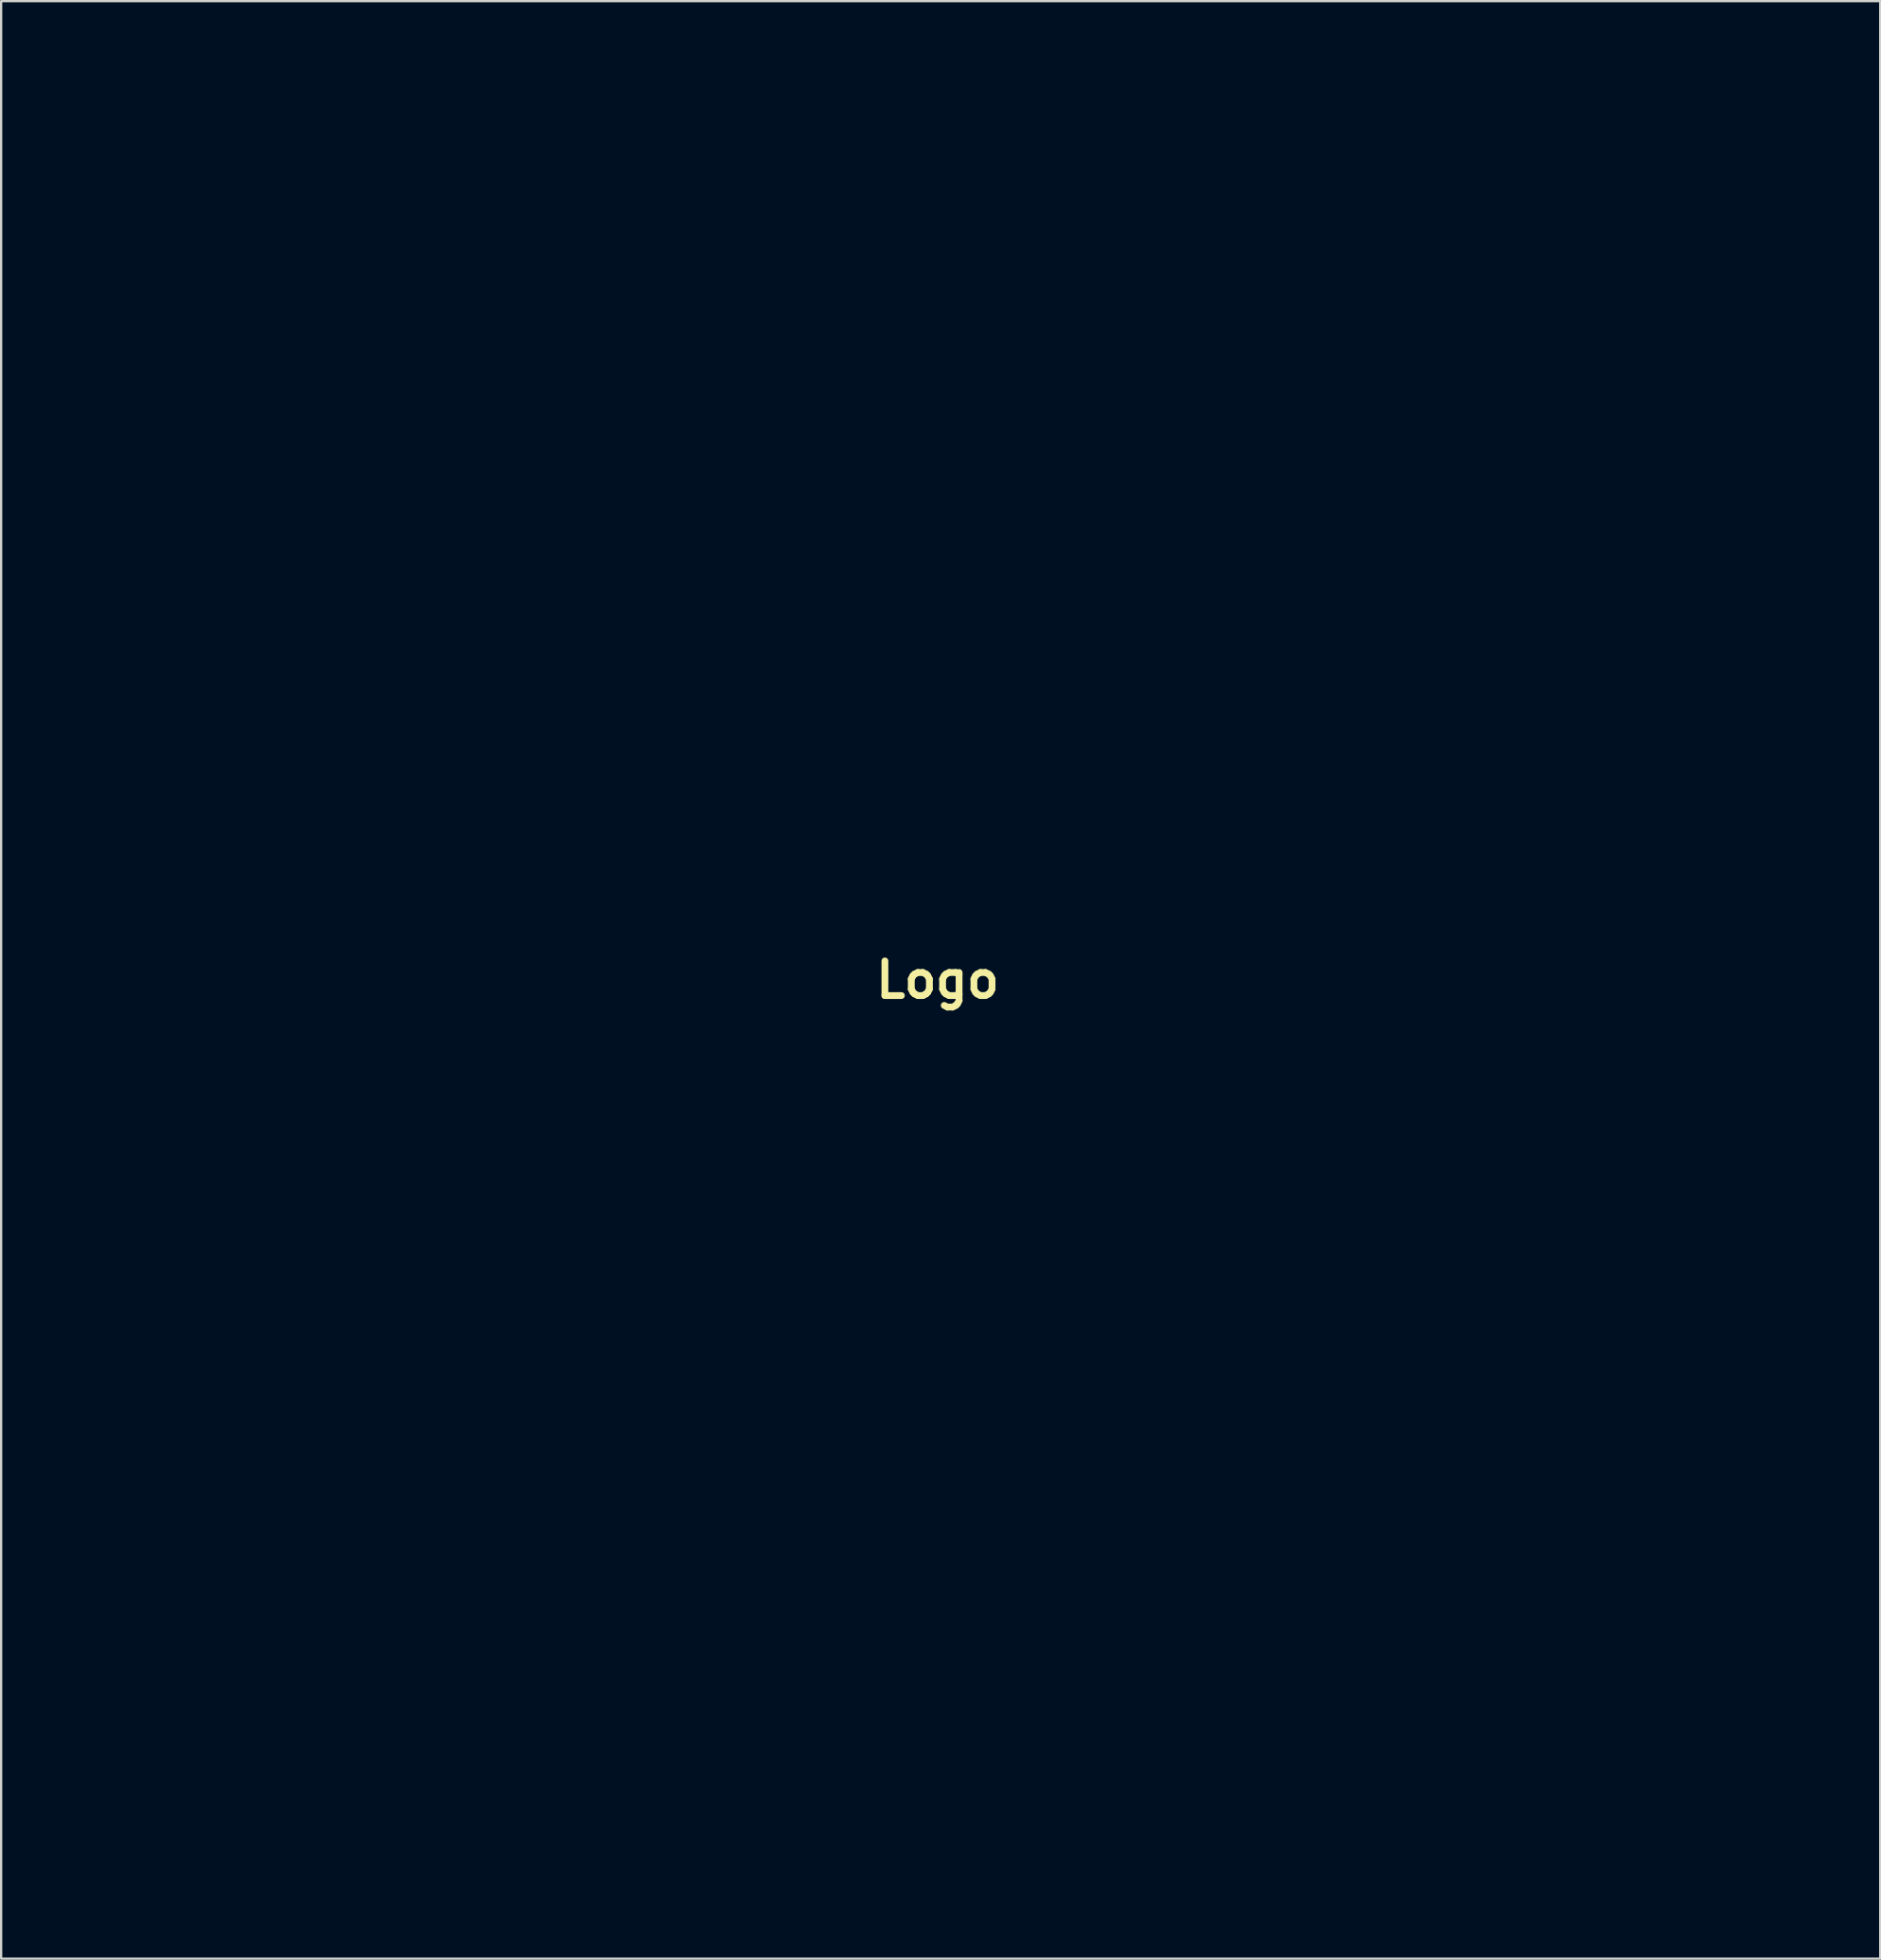
<source format=kicad_pcb>
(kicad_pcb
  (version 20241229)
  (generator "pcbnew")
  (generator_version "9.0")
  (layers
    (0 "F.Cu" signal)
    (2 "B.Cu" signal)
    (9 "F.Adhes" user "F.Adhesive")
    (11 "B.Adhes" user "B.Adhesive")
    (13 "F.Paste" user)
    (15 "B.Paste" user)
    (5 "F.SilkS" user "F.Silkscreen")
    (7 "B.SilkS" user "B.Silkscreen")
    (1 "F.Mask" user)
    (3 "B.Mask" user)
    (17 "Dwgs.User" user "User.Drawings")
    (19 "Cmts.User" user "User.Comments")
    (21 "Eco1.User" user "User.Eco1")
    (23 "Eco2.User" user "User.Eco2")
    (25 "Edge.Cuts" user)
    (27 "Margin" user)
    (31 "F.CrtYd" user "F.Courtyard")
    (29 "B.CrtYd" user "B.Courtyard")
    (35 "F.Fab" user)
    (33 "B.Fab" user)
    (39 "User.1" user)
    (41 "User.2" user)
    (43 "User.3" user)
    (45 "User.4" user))
  (footprint "Logo"
    (layer "F.Cu")
    (at 38.239 40.11)
    (property "Reference" "Logo" (at 0 0 0) (layer "F.SilkS") (effects (font (size 1.524 1.524) (thickness 0.3))))
    (attr through_hole)
    (fp_poly (pts (xy -26.202 34.089) (xy -26.336 34.223) (xy -26.469 34.089) (xy -26.336 33.956) (xy -26.202 34.089)) (stroke (width 0.01) (type solid)) (fill no) (layer "Eco2.User"))
    (fp_poly (pts (xy -26.202 35.694) (xy -26.336 35.827) (xy -26.469 35.694) (xy -26.336 35.56) (xy -26.202 35.694)) (stroke (width 0.01) (type solid)) (fill no) (layer "Eco2.User"))
    (fp_poly (pts (xy -22.192 35.426) (xy -22.325 35.56) (xy -22.459 35.426) (xy -22.325 35.293) (xy -22.192 35.426)) (stroke (width 0.01) (type solid)) (fill no) (layer "Eco2.User"))
    (fp_poly (pts (xy -5.882 34.089) (xy -6.016 34.223) (xy -6.149 34.089) (xy -6.016 33.956) (xy -5.882 34.089)) (stroke (width 0.01) (type solid)) (fill no) (layer "Eco2.User"))
    (fp_poly (pts (xy -5.347 34.357) (xy -5.481 34.491) (xy -5.615 34.357) (xy -5.481 34.223) (xy -5.347 34.357)) (stroke (width 0.01) (type solid)) (fill no) (layer "Eco2.User"))
    (fp_poly (pts (xy 3.476 35.426) (xy 3.342 35.56) (xy 3.208 35.426) (xy 3.342 35.293) (xy 3.476 35.426)) (stroke (width 0.01) (type solid)) (fill no) (layer "Eco2.User"))
    (fp_poly (pts (xy 5.347 35.694) (xy 5.214 35.827) (xy 5.08 35.694) (xy 5.214 35.56) (xy 5.347 35.694)) (stroke (width 0.01) (type solid)) (fill no) (layer "Eco2.User"))
    (fp_poly (pts (xy 16.042 35.426) (xy 15.908 35.56) (xy 15.775 35.426) (xy 15.908 35.293) (xy 16.042 35.426)) (stroke (width 0.01) (type solid)) (fill no) (layer "Eco2.User"))
    (fp_poly (pts (xy 19.251 35.426) (xy 19.117 35.56) (xy 18.983 35.426) (xy 19.117 35.293) (xy 19.251 35.426)) (stroke (width 0.01) (type solid)) (fill no) (layer "Eco2.User"))
    (fp_poly (pts (xy 26.737 35.426) (xy 26.603 35.56) (xy 26.469 35.426) (xy 26.603 35.293) (xy 26.737 35.426)) (stroke (width 0.01) (type solid)) (fill no) (layer "Eco2.User"))
    (fp_poly (pts (xy -19.59 35.933) (xy -19.67 36.055) (xy -19.941 36.074) (xy -20.227 36.008) (xy -20.103 35.912) (xy -19.685 35.88) (xy -19.59 35.933)) (stroke (width 0.01) (type solid)) (fill no) (layer "Eco2.User"))
    (fp_poly (pts (xy -14.261 34.958) (xy -14.226 35.506) (xy -14.261 35.627) (xy -14.358 35.66) (xy -14.396 35.293) (xy -14.354 34.913) (xy -14.261 34.958)) (stroke (width 0.01) (type solid)) (fill no) (layer "Eco2.User"))
    (fp_poly (pts (xy -9.983 34.691) (xy -9.948 35.238) (xy -9.983 35.359) (xy -10.081 35.393) (xy -10.118 35.025) (xy -10.076 34.646) (xy -9.983 34.691)) (stroke (width 0.01) (type solid)) (fill no) (layer "Eco2.User"))
    (fp_poly (pts (xy 2.054 34.975) (xy 2.086 35.393) (xy 2.033 35.488) (xy 1.912 35.408) (xy 1.893 35.137) (xy 1.958 34.851) (xy 2.054 34.975)) (stroke (width 0.01) (type solid)) (fill no) (layer "Eco2.User"))
    (fp_poly (pts (xy 3.387 34.58) (xy 3.419 34.897) (xy 3.387 34.936) (xy 3.228 34.899) (xy 3.208 34.758) (xy 3.306 34.538) (xy 3.387 34.58)) (stroke (width 0.01) (type solid)) (fill no) (layer "Eco2.User"))
    (fp_poly (pts (xy 14.621 34.975) (xy 14.652 35.393) (xy 14.599 35.488) (xy 14.478 35.408) (xy 14.459 35.137) (xy 14.524 34.851) (xy 14.621 34.975)) (stroke (width 0.01) (type solid)) (fill no) (layer "Eco2.User"))
    (fp_poly (pts (xy 15.953 34.58) (xy 15.985 34.897) (xy 15.953 34.936) (xy 15.794 34.899) (xy 15.775 34.758) (xy 15.873 34.538) (xy 15.953 34.58)) (stroke (width 0.01) (type solid)) (fill no) (layer "Eco2.User"))
    (fp_poly (pts (xy 17.829 34.975) (xy 17.861 35.393) (xy 17.808 35.488) (xy 17.686 35.408) (xy 17.667 35.137) (xy 17.733 34.851) (xy 17.829 34.975)) (stroke (width 0.01) (type solid)) (fill no) (layer "Eco2.User"))
    (fp_poly (pts (xy 19.161 34.58) (xy 19.193 34.897) (xy 19.161 34.936) (xy 19.002 34.899) (xy 18.983 34.758) (xy 19.081 34.538) (xy 19.161 34.58)) (stroke (width 0.01) (type solid)) (fill no) (layer "Eco2.User"))
    (fp_poly (pts (xy 21.3 35.382) (xy 21.332 35.699) (xy 21.3 35.738) (xy 21.141 35.702) (xy 21.122 35.56) (xy 21.22 35.34) (xy 21.3 35.382)) (stroke (width 0.01) (type solid)) (fill no) (layer "Eco2.User"))
    (fp_poly (pts (xy 23.171 34.958) (xy 23.206 35.506) (xy 23.171 35.627) (xy 23.073 35.66) (xy 23.036 35.293) (xy 23.078 34.913) (xy 23.171 34.958)) (stroke (width 0.01) (type solid)) (fill no) (layer "Eco2.User"))
    (fp_poly (pts (xy 25.315 34.975) (xy 25.347 35.393) (xy 25.294 35.488) (xy 25.173 35.408) (xy 25.154 35.137) (xy 25.219 34.851) (xy 25.315 34.975)) (stroke (width 0.01) (type solid)) (fill no) (layer "Eco2.User"))
    (fp_poly (pts (xy 26.648 34.58) (xy 26.68 34.897) (xy 26.648 34.936) (xy 26.489 34.899) (xy 26.469 34.758) (xy 26.567 34.538) (xy 26.648 34.58)) (stroke (width 0.01) (type solid)) (fill no) (layer "Eco2.User"))
    (fp_poly (pts (xy -8.473 35.589) (xy -8.49 35.872) (xy -8.628 36.279) (xy -8.689 36.362) (xy -8.806 36.144) (xy -8.889 35.872) (xy -8.856 35.467) (xy -8.689 35.382) (xy -8.473 35.589)) (stroke (width 0.01) (type solid)) (fill no) (layer "Eco2.User"))
    (fp_poly (pts (xy -20.415 34.776) (xy -20.406 34.808) (xy -20.068 35.265) (xy -19.836 35.379) (xy -19.629 35.475) (xy -19.942 35.527) (xy -19.986 35.529) (xy -20.45 35.43) (xy -20.557 34.977) (xy -20.556 34.958) (xy -20.507 34.606) (xy -20.415 34.776)) (stroke (width 0.01) (type solid)) (fill no) (layer "Eco2.User"))
    (fp_poly (pts (xy 12.632 34.277) (xy 12.698 34.798) (xy 12.7 34.917) (xy 12.694 35.526) (xy 12.68 35.822) (xy 12.678 35.827) (xy 12.508 35.68) (xy 12.477 35.649) (xy 12.328 35.245) (xy 12.314 34.665) (xy 12.43 34.207) (xy 12.499 34.131) (xy 12.632 34.277)) (stroke (width 0.01) (type solid)) (fill no) (layer "Eco2.User"))
    (fp_poly (pts (xy 7.8 -32.414) (xy 7.856 -32.095) (xy 7.902 -31.537) (xy 7.939 -30.702) (xy 7.968 -29.554) (xy 7.989 -28.056) (xy 8.005 -26.171) (xy 8.014 -23.863) (xy 8.019 -21.094) (xy 8.021 -17.829) (xy 8.021 -17.706) (xy 8.021 -2.406) (xy -1.604 -2.406) (xy -3.813 -2.41) (xy -5.843 -2.419) (xy -7.635 -2.434) (xy -9.13 -2.453) (xy -10.267 -2.476) (xy -10.986 -2.503) (xy -11.229 -2.53) (xy -11.091 -2.766) (xy -10.696 -3.409) (xy -10.072 -4.412) (xy -9.247 -5.73) (xy -8.252 -7.318) (xy -7.115 -9.13) (xy -5.863 -11.12) (xy -4.527 -13.244) (xy -3.135 -15.454) (xy -1.715 -17.707) (xy -0.296 -19.955) (xy 1.093 -22.155) (xy 2.423 -24.259) (xy 3.666 -26.224) (xy 4.793 -28.002) (xy 5.775 -29.549) (xy 6.584 -30.818) (xy 7.19 -31.765) (xy 7.565 -32.344) (xy 7.655 -32.478) (xy 7.733 -32.529) (xy 7.8 -32.414)) (stroke (width 0.01) (type solid)) (fill no) (layer "Eco2.User"))
    (fp_poly (pts (xy 31.863 -32.146) (xy 31.919 -31.828) (xy 31.965 -31.27) (xy 32.002 -30.435) (xy 32.031 -29.286) (xy 32.053 -27.788) (xy 32.068 -25.903) (xy 32.077 -23.595) (xy 32.083 -20.827) (xy 32.084 -17.562) (xy 32.084 -17.438) (xy 32.084 -2.139) (xy 22.459 -2.139) (xy 20.25 -2.142) (xy 18.22 -2.152) (xy 16.428 -2.166) (xy 14.933 -2.186) (xy 13.797 -2.209) (xy 13.077 -2.235) (xy 12.834 -2.263) (xy 12.972 -2.499) (xy 13.367 -3.141) (xy 13.992 -4.145) (xy 14.816 -5.463) (xy 15.811 -7.051) (xy 16.948 -8.863) (xy 18.2 -10.853) (xy 19.536 -12.976) (xy 20.929 -15.187) (xy 22.349 -17.439) (xy 23.767 -19.688) (xy 25.156 -21.888) (xy 26.487 -23.992) (xy 27.729 -25.956) (xy 28.856 -27.734) (xy 29.838 -29.281) (xy 30.647 -30.551) (xy 31.253 -31.498) (xy 31.628 -32.077) (xy 31.718 -32.211) (xy 31.796 -32.262) (xy 31.863 -32.146)) (stroke (width 0.01) (type solid)) (fill no) (layer "Eco2.User"))
    (fp_poly (pts (xy 38.501 40.105) (xy -38.234 40.105) (xy -38.234 36.37) (xy -20.778 36.37) (xy -20.668 36.708) (xy -20.34 36.787) (xy -19.978 36.766) (xy -19.364 36.633) (xy -19.042 36.404) (xy -19.039 36.397) (xy -18.722 36.126) (xy -18.529 36.095) (xy -18.247 35.94) (xy -18.222 35.41) (xy -18.235 35.314) (xy -17.646 35.314) (xy -17.646 36.047) (xy -15.669 35.97) (xy -14.658 35.906) (xy -13.839 35.808) (xy -13.376 35.696) (xy -13.355 35.685) (xy -13.144 35.627) (xy -13.209 35.786) (xy -13.185 36.051) (xy -12.983 36.095) (xy -12.724 35.966) (xy -12.596 35.508) (xy -12.566 34.758) (xy -11.764 34.758) (xy -11.724 35.59) (xy -11.581 35.999) (xy -11.347 36.095) (xy -11.07 35.965) (xy -11.095 35.828) (xy -11.037 35.694) (xy -10.575 35.822) (xy -10.09 35.944) (xy -9.794 35.755) (xy -9.709 35.582) (xy -9.213 35.582) (xy -9.153 36.423) (xy -8.946 36.797) (xy -8.649 36.682) (xy -8.323 36.058) (xy -8.275 35.922) (xy -8.26 35.849) (xy -6.952 35.849) (xy -6.786 36.08) (xy -6.448 35.99) (xy -6.258 35.786) (xy -6.224 35.606) (xy -6.417 35.694) (xy -6.643 35.763) (xy -6.596 35.633) (xy -6.224 35.376) (xy -5.746 35.227) (xy -5.266 35.192) (xy -5.171 35.428) (xy -5.225 35.663) (xy -5.298 36.023) (xy -5.165 35.915) (xy -5.102 35.827) (xy -4.877 35.575) (xy -4.817 35.782) (xy -4.817 35.805) (xy -4.736 36.062) (xy -4.668 36.039) (xy -4.669 35.726) (xy -4.844 35.109) (xy -4.954 34.818) (xy -4.988 34.758) (xy -4.278 34.758) (xy -4.23 35.52) (xy -4.107 36.005) (xy -4.011 36.095) (xy -3.823 35.862) (xy -3.743 35.303) (xy -3.743 35.293) (xy -3.732 35.226) (xy -3.208 35.226) (xy -3.167 35.678) (xy -2.947 35.893) (xy -2.403 35.957) (xy -2.005 35.961) (xy -1.167 35.89) (xy -0.812 35.684) (xy -0.802 35.627) (xy -1.016 35.326) (xy -1.181 35.293) (xy -1.61 35.495) (xy -1.695 35.627) (xy -1.815 35.817) (xy -1.85 35.618) (xy -1.647 35.271) (xy -1.27 35.05) (xy -0.809 34.966) (xy -0.568 35.259) (xy -0.489 35.527) (xy -0.374 35.919) (xy -0.337 35.837) (xy -0.355 35.309) (xy -0.408 34.876) (xy 0 34.876) (xy 0.049 35.599) (xy 0.174 36.036) (xy 0.251 36.095) (xy 0.404 35.858) (xy 0.483 35.265) (xy 0.485 35.123) (xy 1.54 35.123) (xy 1.649 35.554) (xy 1.864 35.983) (xy 2.06 35.945) (xy 2.149 35.821) (xy 2.352 35.247) (xy 2.991 35.247) (xy 3.014 35.902) (xy 3.255 36.074) (xy 3.69 35.774) (xy 3.954 35.592) (xy 4.011 35.79) (xy 4.164 35.999) (xy 4.278 35.961) (xy 4.41 35.712) (xy 4.976 35.712) (xy 5.161 36.022) (xy 5.659 36.095) (xy 6.002 35.97) (xy 6.031 35.87) (xy 6.454 35.87) (xy 6.532 36.067) (xy 6.656 35.753) (xy 6.743 35.281) (xy 6.75 35.159) (xy 8.288 35.159) (xy 8.356 35.777) (xy 8.521 36.087) (xy 8.556 36.095) (xy 8.733 35.86) (xy 8.821 35.282) (xy 8.823 35.159) (xy 9.091 35.159) (xy 9.168 35.833) (xy 9.429 36.086) (xy 9.522 36.095) (xy 9.819 35.956) (xy 9.858 35.463) (xy 9.838 35.307) (xy 9.838 35.304) (xy 10.422 35.304) (xy 10.544 35.832) (xy 10.798 36.092) (xy 10.828 36.095) (xy 11.158 35.873) (xy 11.229 35.582) (xy 11.19 35.264) (xy 12.082 35.264) (xy 12.348 35.769) (xy 12.679 35.98) (xy 12.831 35.783) (xy 13.636 35.783) (xy 13.875 35.906) (xy 14.485 35.969) (xy 14.906 35.969) (xy 15.672 35.924) (xy 16.045 35.789) (xy 16.166 35.475) (xy 16.176 35.164) (xy 16.13 34.758) (xy 16.577 34.758) (xy 16.625 35.52) (xy 16.748 36.005) (xy 16.844 36.095) (xy 16.997 35.854) (xy 17.053 35.494) (xy 17.422 35.494) (xy 17.775 35.848) (xy 18.558 35.976) (xy 18.682 35.979) (xy 19.381 35.962) (xy 19.571 35.87) (xy 20.09 35.87) (xy 20.167 36.067) (xy 20.292 35.753) (xy 20.298 35.722) (xy 20.936 35.722) (xy 21.344 35.954) (xy 21.637 35.98) (xy 22.082 35.854) (xy 22.192 35.668) (xy 21.973 35.362) (xy 21.506 35.189) (xy 21.071 35.228) (xy 20.973 35.318) (xy 20.936 35.722) (xy 20.298 35.722) (xy 20.379 35.281) (xy 20.414 34.68) (xy 20.364 34.491) (xy 20.855 34.491) (xy 21.072 34.725) (xy 21.272 34.758) (xy 21.332 34.729) (xy 21.978 34.729) (xy 22.005 34.965) (xy 22.157 34.913) (xy 22.393 34.969) (xy 22.459 35.393) (xy 22.533 35.864) (xy 22.864 35.972) (xy 23.175 35.929) (xy 23.806 35.776) (xy 24.153 35.638) (xy 24.29 35.65) (xy 24.241 35.756) (xy 24.364 35.925) (xy 24.993 35.987) (xy 25.47 35.978) (xy 26.285 35.928) (xy 26.701 35.808) (xy 26.851 35.54) (xy 26.871 35.148) (xy 26.821 34.641) (xy 26.568 34.425) (xy 25.955 34.379) (xy 25.868 34.379) (xy 25.185 34.324) (xy 24.9 34.112) (xy 24.865 33.902) (xy 24.668 33.499) (xy 24.433 33.421) (xy 24.124 33.577) (xy 24.124 34.067) (xy 24.152 34.524) (xy 23.9 34.59) (xy 23.688 34.529) (xy 22.809 34.36) (xy 22.191 34.48) (xy 21.978 34.729) (xy 21.332 34.729) (xy 21.548 34.628) (xy 21.523 34.491) (xy 21.181 34.233) (xy 21.106 34.223) (xy 20.862 34.427) (xy 20.855 34.491) (xy 20.364 34.491) (xy 20.331 34.364) (xy 20.329 34.362) (xy 20.202 34.523) (xy 20.108 35.053) (xy 20.098 35.176) (xy 20.09 35.87) (xy 19.571 35.87) (xy 19.697 35.809) (xy 19.782 35.407) (xy 19.785 35.171) (xy 19.75 34.653) (xy 19.543 34.417) (xy 19.016 34.356) (xy 18.651 34.358) (xy 17.882 34.424) (xy 17.51 34.637) (xy 17.426 34.847) (xy 17.422 35.494) (xy 17.053 35.494) (xy 17.094 35.239) (xy 17.112 34.758) (xy 17.063 33.995) (xy 16.941 33.511) (xy 16.844 33.421) (xy 16.692 33.662) (xy 16.595 34.276) (xy 16.577 34.758) (xy 16.13 34.758) (xy 16.118 34.646) (xy 15.837 34.428) (xy 15.24 34.377) (xy 14.586 34.425) (xy 14.292 34.67) (xy 14.219 34.958) (xy 14.058 35.429) (xy 13.885 35.56) (xy 13.64 35.741) (xy 13.636 35.783) (xy 12.831 35.783) (xy 12.856 35.751) (xy 12.903 35.043) (xy 12.901 34.892) (xy 12.875 34.119) (xy 12.846 33.956) (xy 13.636 33.956) (xy 13.839 34.215) (xy 13.903 34.223) (xy 14.163 34.02) (xy 14.171 33.956) (xy 13.967 33.696) (xy 13.903 33.688) (xy 13.644 33.892) (xy 13.636 33.956) (xy 12.846 33.956) (xy 12.815 33.78) (xy 12.669 33.773) (xy 12.433 33.956) (xy 12.09 34.541) (xy 12.082 35.264) (xy 11.19 35.264) (xy 11.143 34.89) (xy 10.93 34.44) (xy 10.667 34.374) (xy 10.456 34.74) (xy 10.422 35.304) (xy 9.838 35.304) (xy 9.825 34.784) (xy 9.978 34.677) (xy 9.982 34.68) (xy 10.112 34.661) (xy 10.052 34.532) (xy 9.67 34.195) (xy 9.323 34.322) (xy 9.113 34.845) (xy 9.091 35.159) (xy 8.823 35.159) (xy 8.756 34.54) (xy 8.591 34.231) (xy 8.556 34.223) (xy 8.379 34.458) (xy 8.291 35.036) (xy 8.288 35.159) (xy 6.75 35.159) (xy 6.778 34.68) (xy 6.696 34.364) (xy 6.693 34.362) (xy 6.566 34.523) (xy 6.472 35.053) (xy 6.462 35.176) (xy 6.454 35.87) (xy 6.031 35.87) (xy 6.138 35.508) (xy 6.149 35.159) (xy 6.086 34.508) (xy 5.947 34.357) (xy 7.219 34.357) (xy 7.353 34.491) (xy 7.486 34.357) (xy 7.353 34.223) (xy 7.219 34.357) (xy 5.947 34.357) (xy 5.847 34.249) (xy 5.645 34.223) (xy 5.227 34.418) (xy 5.023 35.027) (xy 4.976 35.712) (xy 4.41 35.712) (xy 4.47 35.6) (xy 4.545 35) (xy 4.488 34.446) (xy 4.211 34.275) (xy 3.81 34.302) (xy 3.273 34.473) (xy 3.039 34.913) (xy 2.991 35.247) (xy 2.352 35.247) (xy 2.356 35.234) (xy 2.402 34.825) (xy 2.282 34.313) (xy 1.962 34.286) (xy 1.668 34.557) (xy 1.54 35.123) (xy 0.485 35.123) (xy 0.486 35.022) (xy 0.423 34.309) (xy 0.285 33.855) (xy 0.254 33.822) (xy 1.337 33.822) (xy 1.471 33.956) (xy 1.534 33.892) (xy 8.404 33.892) (xy 8.667 33.935) (xy 9.014 33.886) (xy 9.018 33.794) (xy 8.66 33.73) (xy 8.506 33.773) (xy 8.404 33.892) (xy 1.534 33.892) (xy 1.604 33.822) (xy 1.471 33.688) (xy 1.337 33.822) (xy 0.254 33.822) (xy 0.236 33.803) (xy 0.097 33.95) (xy 0.013 34.491) (xy 0 34.876) (xy -0.408 34.876) (xy -0.43 34.693) (xy -0.685 34.445) (xy -1.291 34.408) (xy -1.337 34.408) (xy -2.314 34.438) (xy -2.874 34.511) (xy -3.131 34.677) (xy -3.205 34.988) (xy -3.208 35.226) (xy -3.732 35.226) (xy -3.645 34.712) (xy -3.409 34.469) (xy -3.212 34.416) (xy -3.409 34.313) (xy -3.716 33.961) (xy -3.717 33.956) (xy -3.208 33.956) (xy -3.005 34.215) (xy -2.941 34.223) (xy -2.681 34.02) (xy -2.674 33.956) (xy -2.877 33.696) (xy -2.941 33.688) (xy -3.201 33.892) (xy -3.208 33.956) (xy -3.717 33.956) (xy -3.743 33.8) (xy -3.895 33.459) (xy -4.011 33.421) (xy -4.163 33.662) (xy -4.26 34.276) (xy -4.278 34.758) (xy -4.988 34.758) (xy -5.337 34.149) (xy -5.754 33.817) (xy -6.098 33.854) (xy -6.262 34.289) (xy -6.263 34.44) (xy -6.322 34.834) (xy -6.436 34.88) (xy -6.663 34.984) (xy -6.873 35.398) (xy -6.952 35.849) (xy -8.26 35.849) (xy -8.129 35.238) (xy -8.161 34.752) (xy -8.177 34.722) (xy -8.214 34.533) (xy -8.062 34.599) (xy -7.787 34.614) (xy -7.754 34.506) (xy -7.97 34.255) (xy -8.155 34.223) (xy -8.498 34.442) (xy -8.564 34.691) (xy -8.594 35.016) (xy -8.737 34.873) (xy -8.845 34.69) (xy -9.177 34.403) (xy -9.213 35.582) (xy -9.709 35.582) (xy -9.533 35.22) (xy -9.19 34.392) (xy -9.177 34.403) (xy -9.176 34.357) (xy -9.19 34.392) (xy -9.224 34.363) (xy -9.884 34.356) (xy -9.951 34.367) (xy -10.59 34.503) (xy -10.966 34.627) (xy -10.968 34.628) (xy -11.063 34.496) (xy -11.026 34.081) (xy -11.027 33.568) (xy -11.332 33.421) (xy -11.599 33.538) (xy -11.731 33.965) (xy -11.764 34.758) (xy -12.566 34.758) (xy -12.604 33.933) (xy -12.742 33.525) (xy -12.999 33.421) (xy -13.306 33.573) (xy -13.305 34.081) (xy -13.288 34.519) (xy -13.413 34.597) (xy -13.853 34.466) (xy -14.544 34.391) (xy -15.317 34.374) (xy -16.002 34.413) (xy -16.431 34.509) (xy -16.493 34.598) (xy -16.181 34.813) (xy -15.682 34.881) (xy -15.104 34.942) (xy -15.018 35.1) (xy -15.407 35.277) (xy -15.775 35.35) (xy -16.334 35.363) (xy -16.577 35.234) (xy -16.577 35.227) (xy -16.737 34.855) (xy -17.083 34.513) (xy -17.412 34.381) (xy -17.481 34.414) (xy -17.603 34.779) (xy -17.646 35.314) (xy -18.235 35.314) (xy -18.236 35.307) (xy -18.248 34.784) (xy -18.095 34.677) (xy -18.091 34.68) (xy -17.96 34.663) (xy -18.016 34.541) (xy -18.394 34.369) (xy -19.145 34.323) (xy -19.461 34.34) (xy -20.721 34.439) (xy -20.768 35.635) (xy -20.778 36.37) (xy -38.234 36.37) (xy -38.234 34.892) (xy -28.074 34.892) (xy -28.023 35.696) (xy -27.863 36.025) (xy -27.739 36.028) (xy -27.601 35.828) (xy -26.603 35.828) (xy -26.595 35.84) (xy -26.3 35.969) (xy -26.068 35.827) (xy -25.688 35.683) (xy -25.542 35.814) (xy -25.192 36.086) (xy -25.106 36.031) (xy -23.947 36.031) (xy -23.684 36.074) (xy -23.338 36.024) (xy -23.333 35.933) (xy -23.691 35.869) (xy -23.846 35.912) (xy -23.947 36.031) (xy -25.106 36.031) (xy -24.914 35.908) (xy -24.87 35.674) (xy -22.649 35.674) (xy -22.593 35.827) (xy -22.297 35.986) (xy -22.131 35.874) (xy -22.002 35.446) (xy -22.058 35.293) (xy -22.307 35.159) (xy -21.657 35.159) (xy -21.59 35.777) (xy -21.425 36.087) (xy -21.389 36.095) (xy -21.213 35.86) (xy -21.124 35.282) (xy -21.122 35.159) (xy -21.189 34.54) (xy -21.354 34.231) (xy -21.389 34.223) (xy -21.566 34.458) (xy -21.655 35.036) (xy -21.657 35.159) (xy -22.307 35.159) (xy -22.354 35.134) (xy -22.519 35.246) (xy -22.649 35.674) (xy -24.87 35.674) (xy -24.865 35.649) (xy -24.944 35.353) (xy -25.036 35.375) (xy -25.251 35.278) (xy -25.565 34.823) (xy -25.638 34.684) (xy -25.699 34.582) (xy -25.321 34.582) (xy -25.319 34.587) (xy -25.004 34.81) (xy -24.505 34.881) (xy -23.983 34.942) (xy -23.796 35.082) (xy -23.652 35.292) (xy -23.643 35.293) (xy -23.553 35.079) (xy -23.576 34.857) (xy -23.667 34.758) (xy -23.146 34.758) (xy -23.06 35.099) (xy -22.883 35.021) (xy -22.778 34.643) (xy -22.883 34.494) (xy -23.096 34.453) (xy -23.146 34.758) (xy -23.667 34.758) (xy -23.906 34.498) (xy -24.523 34.357) (xy -22.192 34.357) (xy -22.058 34.491) (xy -21.924 34.357) (xy -22.058 34.223) (xy -22.192 34.357) (xy -24.523 34.357) (xy -24.543 34.352) (xy -25.165 34.379) (xy -25.321 34.582) (xy -25.699 34.582) (xy -25.969 34.136) (xy -26.231 33.892) (xy -21.541 33.892) (xy -21.278 33.935) (xy -20.931 33.886) (xy -20.927 33.794) (xy -21.285 33.73) (xy -21.44 33.773) (xy -21.541 33.892) (xy -26.231 33.892) (xy -26.235 33.888) (xy -26.269 33.889) (xy -26.407 34.142) (xy -26.403 34.156) (xy -26.15 34.294) (xy -26.135 34.29) (xy -25.986 34.465) (xy -25.935 34.892) (xy -26.003 35.382) (xy -26.135 35.528) (xy -26.591 35.556) (xy -26.603 35.828) (xy -27.601 35.828) (xy -27.518 35.707) (xy -27.409 35.045) (xy -27.405 34.892) (xy -27.486 34.185) (xy -27.69 33.782) (xy -27.739 33.755) (xy -27.959 33.869) (xy -28.062 34.434) (xy -28.074 34.892) (xy -38.234 34.892) (xy -38.234 29.55) (xy -32.776 29.55) (xy -32.775 29.583) (xy -32.422 29.888) (xy -32.188 29.898) (xy -31.976 29.663) (xy -31.504 29.012) (xy -30.796 27.981) (xy -29.878 26.609) (xy -28.773 24.931) (xy -27.505 22.986) (xy -26.099 20.809) (xy -24.579 18.438) (xy -22.97 15.911) (xy -21.994 14.371) (xy -12.233 -1.069) (xy 8.021 -1.069) (xy 8.021 14.794) (xy 8.024 17.659) (xy 8.033 20.363) (xy 8.047 22.86) (xy 8.066 25.102) (xy 8.089 27.043) (xy 8.115 28.636) (xy 8.145 29.832) (xy 8.177 30.584) (xy 8.209 30.846) (xy 8.607 30.969) (xy 8.81 30.953) (xy 8.871 30.902) (xy 8.927 30.755) (xy 8.976 30.486) (xy 9.019 30.067) (xy 9.057 29.471) (xy 9.09 28.672) (xy 9.119 27.642) (xy 9.143 26.354) (xy 9.164 24.781) (xy 9.18 22.896) (xy 9.194 20.672) (xy 9.204 18.083) (xy 9.212 15.1) (xy 9.218 11.697) (xy 9.221 7.847) (xy 9.223 3.523) (xy 9.224 -0.96) (xy 10.427 -0.96) (xy 10.685 -0.926) (xy 11.422 -0.894) (xy 12.581 -0.866) (xy 14.105 -0.842) (xy 15.94 -0.823) (xy 18.028 -0.809) (xy 20.313 -0.803) (xy 21.256 -0.802) (xy 32.084 -0.802) (xy 32.084 15.062) (xy 32.087 17.926) (xy 32.096 20.63) (xy 32.11 23.127) (xy 32.129 25.37) (xy 32.152 27.311) (xy 32.178 28.903) (xy 32.208 30.099) (xy 32.24 30.852) (xy 32.272 31.113) (xy 32.67 31.237) (xy 32.873 31.221) (xy 32.935 31.17) (xy 32.99 31.023) (xy 33.039 30.753) (xy 33.082 30.334) (xy 33.12 29.739) (xy 33.154 28.939) (xy 33.182 27.909) (xy 33.206 26.621) (xy 33.227 25.048) (xy 33.244 23.163) (xy 33.257 20.94) (xy 33.267 18.35) (xy 33.275 15.367) (xy 33.281 11.965) (xy 33.285 8.115) (xy 33.287 3.791) (xy 33.287 -1.035) (xy 33.287 -2.273) (xy 33.287 -7.208) (xy 33.286 -11.635) (xy 33.283 -15.583) (xy 33.278 -19.077) (xy 33.272 -22.147) (xy 33.262 -24.818) (xy 33.25 -27.118) (xy 33.235 -29.075) (xy 33.217 -30.716) (xy 33.194 -32.069) (xy 33.167 -33.16) (xy 33.136 -34.016) (xy 33.1 -34.666) (xy 33.058 -35.137) (xy 33.011 -35.456) (xy 32.958 -35.65) (xy 32.898 -35.746) (xy 32.85 -35.771) (xy 32.659 -35.653) (xy 32.3 -35.242) (xy 31.759 -34.516) (xy 31.022 -33.453) (xy 30.073 -32.031) (xy 28.897 -30.229) (xy 27.481 -28.025) (xy 25.81 -25.397) (xy 24.848 -23.876) (xy 23.263 -21.367) (xy 21.65 -18.815) (xy 20.052 -16.289) (xy 18.516 -13.86) (xy 17.084 -11.6) (xy 15.804 -9.578) (xy 14.718 -7.866) (xy 13.872 -6.534) (xy 13.855 -6.508) (xy 12.896 -4.993) (xy 12.04 -3.629) (xy 11.327 -2.481) (xy 10.797 -1.613) (xy 10.489 -1.088) (xy 10.427 -0.96) (xy 9.224 -0.96) (xy 9.224 -1.302) (xy 9.224 -2.54) (xy 9.224 -7.475) (xy 9.222 -11.902) (xy 9.22 -15.85) (xy 9.215 -19.345) (xy 9.208 -22.414) (xy 9.199 -25.085) (xy 9.187 -27.386) (xy 9.172 -29.343) (xy 9.154 -30.984) (xy 9.131 -32.336) (xy 9.104 -33.427) (xy 9.073 -34.284) (xy 9.037 -34.934) (xy 8.995 -35.405) (xy 8.948 -35.723) (xy 8.894 -35.917) (xy 8.835 -36.013) (xy 8.787 -36.038) (xy 8.596 -35.92) (xy 8.237 -35.509) (xy 7.696 -34.783) (xy 6.959 -33.72) (xy 6.009 -32.299) (xy 4.834 -30.497) (xy 3.418 -28.292) (xy 1.746 -25.664) (xy 0.785 -24.144) (xy -0.811 -21.618) (xy -2.443 -19.035) (xy -4.066 -16.467) (xy -5.634 -13.988) (xy -7.101 -11.669) (xy -8.42 -9.585) (xy -9.546 -7.807) (xy -10.427 -6.417) (xy -13.592 -1.424) (xy -16.477 3.133) (xy -19.093 7.27) (xy -21.447 11.001) (xy -23.55 14.342) (xy -25.411 17.307) (xy -27.038 19.912) (xy -28.442 22.17) (xy -29.631 24.098) (xy -30.614 25.71) (xy -31.402 27.02) (xy -32.003 28.045) (xy -32.426 28.798) (xy -32.68 29.295) (xy -32.776 29.55) (xy -38.234 29.55) (xy -38.234 -40.105) (xy 38.501 -40.105) (xy 38.501 40.105)) (stroke (width 0.01) (type solid)) (fill no) (layer "Eco2.User")))
  (gr_rect
    (start -3 -3)
    (end 79.745 83.221)
    (stroke (width 0.1) (type default))
    (fill no)
    (layer "Edge.Cuts")))
</source>
